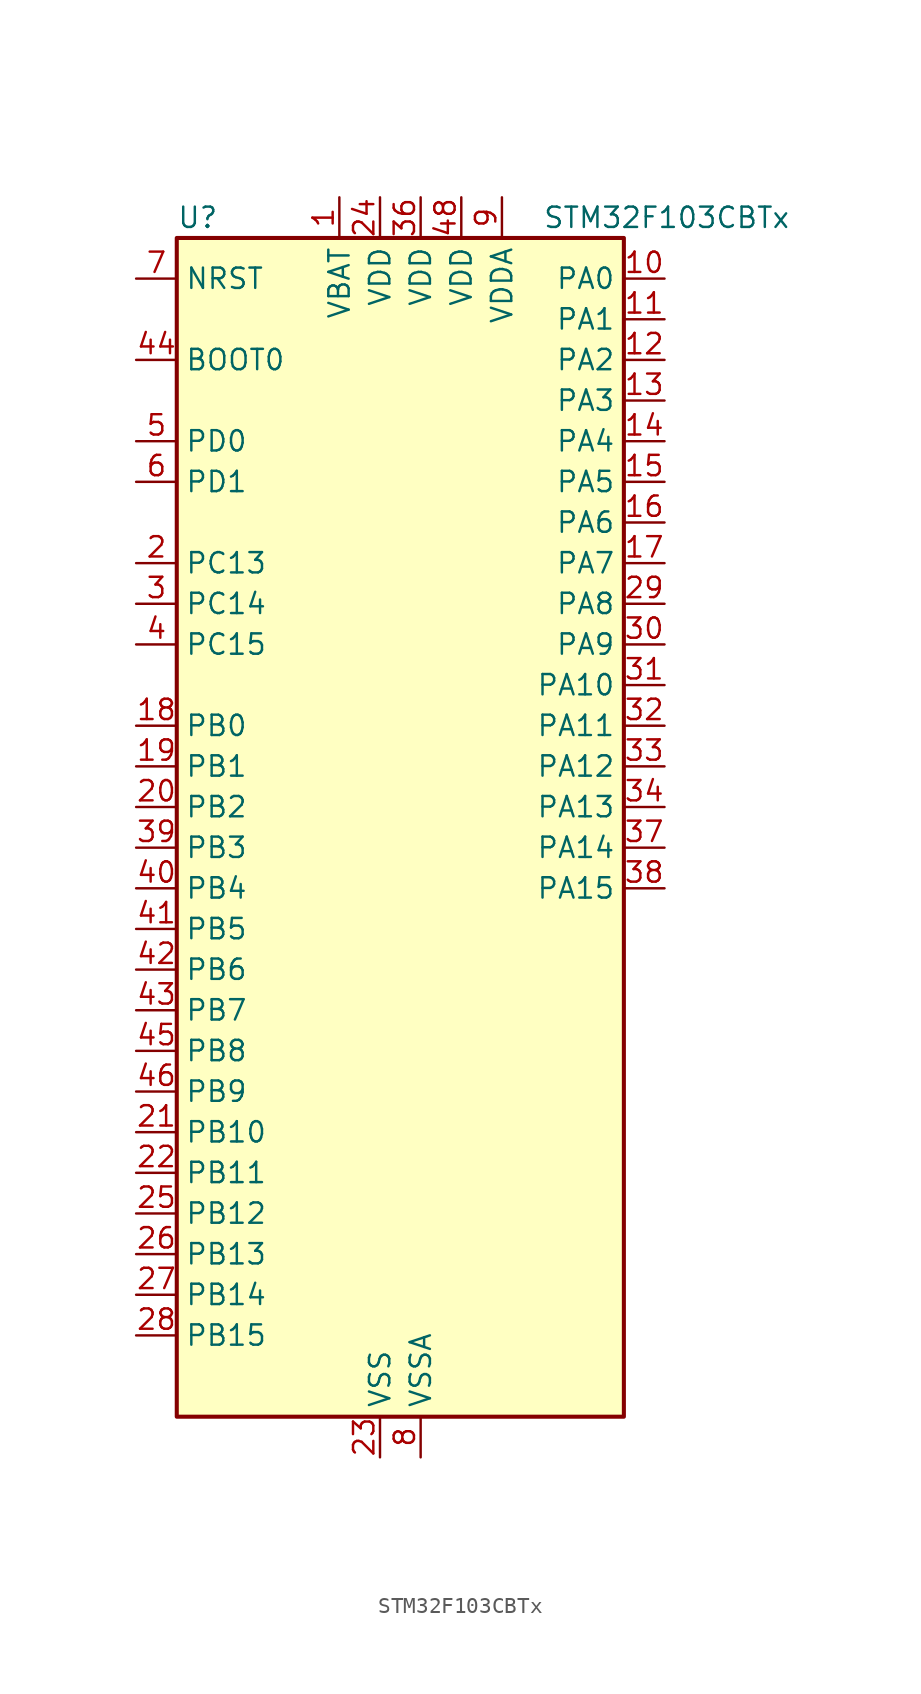
<source format=kicad_sym>
(kicad_symbol_lib
  (version 20220914)
  (generator kicad_symbol_editor)
  (symbol "STM32F103CBTx"
    (property "Reference" "U"
      (at -12.7 39.37 0)
      (effects (font (size 1.27 1.27)) (justify left)))
    (property "Value" "STM32F103CBTx"
      (at 10.16 39.37 0)
      (effects (font (size 1.27 1.27)) (justify left)))
    (property "ki_locked" ""
      (at 0 0 0)
      (effects (font (size 1.27 1.27))))
    (symbol "STM32F103CBTx_0_1"
      (rectangle (start -12.7 -35.56) (end 15.24 38.1) (stroke (width 0.254) (type default)) (fill (type background))))
    (symbol "STM32F103CBTx_1_1"
      (pin power_in line (at -2.54 40.64 270) (length 2.54) (name "VBAT" (effects (font (size 1.27 1.27)))) (number "1" (effects (font (size 1.27 1.27)))))
      (pin bidirectional line (at 17.78 35.56 180) (length 2.54) (name "PA0" (effects (font (size 1.27 1.27)))) (number "10" (effects (font (size 1.27 1.27)))) (alternate "ADC1_IN0" bidirectional line) (alternate "ADC2_IN0" bidirectional line) (alternate "SYS_WKUP" bidirectional line) (alternate "TIM2_CH1" bidirectional line) (alternate "TIM2_ETR" bidirectional line) (alternate "USART2_CTS" bidirectional line))
      (pin bidirectional line (at 17.78 33.02 180) (length 2.54) (name "PA1" (effects (font (size 1.27 1.27)))) (number "11" (effects (font (size 1.27 1.27)))) (alternate "ADC1_IN1" bidirectional line) (alternate "ADC2_IN1" bidirectional line) (alternate "TIM2_CH2" bidirectional line) (alternate "USART2_RTS" bidirectional line))
      (pin bidirectional line (at 17.78 30.48 180) (length 2.54) (name "PA2" (effects (font (size 1.27 1.27)))) (number "12" (effects (font (size 1.27 1.27)))) (alternate "ADC1_IN2" bidirectional line) (alternate "ADC2_IN2" bidirectional line) (alternate "TIM2_CH3" bidirectional line) (alternate "USART2_TX" bidirectional line))
      (pin bidirectional line (at 17.78 27.94 180) (length 2.54) (name "PA3" (effects (font (size 1.27 1.27)))) (number "13" (effects (font (size 1.27 1.27)))) (alternate "ADC1_IN3" bidirectional line) (alternate "ADC2_IN3" bidirectional line) (alternate "TIM2_CH4" bidirectional line) (alternate "USART2_RX" bidirectional line))
      (pin bidirectional line (at 17.78 25.4 180) (length 2.54) (name "PA4" (effects (font (size 1.27 1.27)))) (number "14" (effects (font (size 1.27 1.27)))) (alternate "ADC1_IN4" bidirectional line) (alternate "ADC2_IN4" bidirectional line) (alternate "SPI1_NSS" bidirectional line) (alternate "USART2_CK" bidirectional line))
      (pin bidirectional line (at 17.78 22.86 180) (length 2.54) (name "PA5" (effects (font (size 1.27 1.27)))) (number "15" (effects (font (size 1.27 1.27)))) (alternate "ADC1_IN5" bidirectional line) (alternate "ADC2_IN5" bidirectional line) (alternate "SPI1_SCK" bidirectional line))
      (pin bidirectional line (at 17.78 20.32 180) (length 2.54) (name "PA6" (effects (font (size 1.27 1.27)))) (number "16" (effects (font (size 1.27 1.27)))) (alternate "ADC1_IN6" bidirectional line) (alternate "ADC2_IN6" bidirectional line) (alternate "SPI1_MISO" bidirectional line) (alternate "TIM1_BKIN" bidirectional line) (alternate "TIM3_CH1" bidirectional line))
      (pin bidirectional line (at 17.78 17.78 180) (length 2.54) (name "PA7" (effects (font (size 1.27 1.27)))) (number "17" (effects (font (size 1.27 1.27)))) (alternate "ADC1_IN7" bidirectional line) (alternate "ADC2_IN7" bidirectional line) (alternate "SPI1_MOSI" bidirectional line) (alternate "TIM1_CH1N" bidirectional line) (alternate "TIM3_CH2" bidirectional line))
      (pin bidirectional line (at -15.24 7.62 0) (length 2.54) (name "PB0" (effects (font (size 1.27 1.27)))) (number "18" (effects (font (size 1.27 1.27)))) (alternate "ADC1_IN8" bidirectional line) (alternate "ADC2_IN8" bidirectional line) (alternate "TIM1_CH2N" bidirectional line) (alternate "TIM3_CH3" bidirectional line))
      (pin bidirectional line (at -15.24 5.08 0) (length 2.54) (name "PB1" (effects (font (size 1.27 1.27)))) (number "19" (effects (font (size 1.27 1.27)))) (alternate "ADC1_IN9" bidirectional line) (alternate "ADC2_IN9" bidirectional line) (alternate "TIM1_CH3N" bidirectional line) (alternate "TIM3_CH4" bidirectional line))
      (pin bidirectional line (at -15.24 17.78 0) (length 2.54) (name "PC13" (effects (font (size 1.27 1.27)))) (number "2" (effects (font (size 1.27 1.27)))) (alternate "RTC_OUT" bidirectional line) (alternate "RTC_TAMPER" bidirectional line))
      (pin bidirectional line (at -15.24 2.54 0) (length 2.54) (name "PB2" (effects (font (size 1.27 1.27)))) (number "20" (effects (font (size 1.27 1.27)))))
      (pin bidirectional line (at -15.24 -17.78 0) (length 2.54) (name "PB10" (effects (font (size 1.27 1.27)))) (number "21" (effects (font (size 1.27 1.27)))) (alternate "I2C2_SCL" bidirectional line) (alternate "TIM2_CH3" bidirectional line) (alternate "USART3_TX" bidirectional line))
      (pin bidirectional line (at -15.24 -20.32 0) (length 2.54) (name "PB11" (effects (font (size 1.27 1.27)))) (number "22" (effects (font (size 1.27 1.27)))) (alternate "ADC1_EXTI11" bidirectional line) (alternate "ADC2_EXTI11" bidirectional line) (alternate "I2C2_SDA" bidirectional line) (alternate "TIM2_CH4" bidirectional line) (alternate "USART3_RX" bidirectional line))
      (pin power_in line (at 0 -38.1 90) (length 2.54) (name "VSS" (effects (font (size 1.27 1.27)))) (number "23" (effects (font (size 1.27 1.27)))))
      (pin power_in line (at 0 40.64 270) (length 2.54) (name "VDD" (effects (font (size 1.27 1.27)))) (number "24" (effects (font (size 1.27 1.27)))))
      (pin bidirectional line (at -15.24 -22.86 0) (length 2.54) (name "PB12" (effects (font (size 1.27 1.27)))) (number "25" (effects (font (size 1.27 1.27)))) (alternate "I2C2_SMBA" bidirectional line) (alternate "SPI2_NSS" bidirectional line) (alternate "TIM1_BKIN" bidirectional line) (alternate "USART3_CK" bidirectional line))
      (pin bidirectional line (at -15.24 -25.4 0) (length 2.54) (name "PB13" (effects (font (size 1.27 1.27)))) (number "26" (effects (font (size 1.27 1.27)))) (alternate "SPI2_SCK" bidirectional line) (alternate "TIM1_CH1N" bidirectional line) (alternate "USART3_CTS" bidirectional line))
      (pin bidirectional line (at -15.24 -27.94 0) (length 2.54) (name "PB14" (effects (font (size 1.27 1.27)))) (number "27" (effects (font (size 1.27 1.27)))) (alternate "SPI2_MISO" bidirectional line) (alternate "TIM1_CH2N" bidirectional line) (alternate "USART3_RTS" bidirectional line))
      (pin bidirectional line (at -15.24 -30.48 0) (length 2.54) (name "PB15" (effects (font (size 1.27 1.27)))) (number "28" (effects (font (size 1.27 1.27)))) (alternate "ADC1_EXTI15" bidirectional line) (alternate "ADC2_EXTI15" bidirectional line) (alternate "SPI2_MOSI" bidirectional line) (alternate "TIM1_CH3N" bidirectional line))
      (pin bidirectional line (at 17.78 15.24 180) (length 2.54) (name "PA8" (effects (font (size 1.27 1.27)))) (number "29" (effects (font (size 1.27 1.27)))) (alternate "RCC_MCO" bidirectional line) (alternate "TIM1_CH1" bidirectional line) (alternate "USART1_CK" bidirectional line))
      (pin bidirectional line (at -15.24 15.24 0) (length 2.54) (name "PC14" (effects (font (size 1.27 1.27)))) (number "3" (effects (font (size 1.27 1.27)))) (alternate "RCC_OSC32_IN" bidirectional line))
      (pin bidirectional line (at 17.78 12.7 180) (length 2.54) (name "PA9" (effects (font (size 1.27 1.27)))) (number "30" (effects (font (size 1.27 1.27)))) (alternate "TIM1_CH2" bidirectional line) (alternate "USART1_TX" bidirectional line))
      (pin bidirectional line (at 17.78 10.16 180) (length 2.54) (name "PA10" (effects (font (size 1.27 1.27)))) (number "31" (effects (font (size 1.27 1.27)))) (alternate "TIM1_CH3" bidirectional line) (alternate "USART1_RX" bidirectional line))
      (pin bidirectional line (at 17.78 7.62 180) (length 2.54) (name "PA11" (effects (font (size 1.27 1.27)))) (number "32" (effects (font (size 1.27 1.27)))) (alternate "ADC1_EXTI11" bidirectional line) (alternate "ADC2_EXTI11" bidirectional line) (alternate "CAN_RX" bidirectional line) (alternate "TIM1_CH4" bidirectional line) (alternate "USART1_CTS" bidirectional line) (alternate "USB_DM" bidirectional line))
      (pin bidirectional line (at 17.78 5.08 180) (length 2.54) (name "PA12" (effects (font (size 1.27 1.27)))) (number "33" (effects (font (size 1.27 1.27)))) (alternate "CAN_TX" bidirectional line) (alternate "TIM1_ETR" bidirectional line) (alternate "USART1_RTS" bidirectional line) (alternate "USB_DP" bidirectional line))
      (pin bidirectional line (at 17.78 2.54 180) (length 2.54) (name "PA13" (effects (font (size 1.27 1.27)))) (number "34" (effects (font (size 1.27 1.27)))) (alternate "SYS_JTMS-SWDIO" bidirectional line))
      (pin passive line (at 0 -38.1 90) (length 2.54) hide (name "VSS" (effects (font (size 1.27 1.27)))) (number "35" (effects (font (size 1.27 1.27)))))
      (pin power_in line (at 2.54 40.64 270) (length 2.54) (name "VDD" (effects (font (size 1.27 1.27)))) (number "36" (effects (font (size 1.27 1.27)))))
      (pin bidirectional line (at 17.78 0 180) (length 2.54) (name "PA14" (effects (font (size 1.27 1.27)))) (number "37" (effects (font (size 1.27 1.27)))) (alternate "SYS_JTCK-SWCLK" bidirectional line))
      (pin bidirectional line (at 17.78 -2.54 180) (length 2.54) (name "PA15" (effects (font (size 1.27 1.27)))) (number "38" (effects (font (size 1.27 1.27)))) (alternate "ADC1_EXTI15" bidirectional line) (alternate "ADC2_EXTI15" bidirectional line) (alternate "SPI1_NSS" bidirectional line) (alternate "SYS_JTDI" bidirectional line) (alternate "TIM2_CH1" bidirectional line) (alternate "TIM2_ETR" bidirectional line))
      (pin bidirectional line (at -15.24 0 0) (length 2.54) (name "PB3" (effects (font (size 1.27 1.27)))) (number "39" (effects (font (size 1.27 1.27)))) (alternate "SPI1_SCK" bidirectional line) (alternate "SYS_JTDO-TRACESWO" bidirectional line) (alternate "TIM2_CH2" bidirectional line))
      (pin bidirectional line (at -15.24 12.7 0) (length 2.54) (name "PC15" (effects (font (size 1.27 1.27)))) (number "4" (effects (font (size 1.27 1.27)))) (alternate "ADC1_EXTI15" bidirectional line) (alternate "ADC2_EXTI15" bidirectional line) (alternate "RCC_OSC32_OUT" bidirectional line))
      (pin bidirectional line (at -15.24 -2.54 0) (length 2.54) (name "PB4" (effects (font (size 1.27 1.27)))) (number "40" (effects (font (size 1.27 1.27)))) (alternate "SPI1_MISO" bidirectional line) (alternate "SYS_NJTRST" bidirectional line) (alternate "TIM3_CH1" bidirectional line))
      (pin bidirectional line (at -15.24 -5.08 0) (length 2.54) (name "PB5" (effects (font (size 1.27 1.27)))) (number "41" (effects (font (size 1.27 1.27)))) (alternate "I2C1_SMBA" bidirectional line) (alternate "SPI1_MOSI" bidirectional line) (alternate "TIM3_CH2" bidirectional line))
      (pin bidirectional line (at -15.24 -7.62 0) (length 2.54) (name "PB6" (effects (font (size 1.27 1.27)))) (number "42" (effects (font (size 1.27 1.27)))) (alternate "I2C1_SCL" bidirectional line) (alternate "TIM4_CH1" bidirectional line) (alternate "USART1_TX" bidirectional line))
      (pin bidirectional line (at -15.24 -10.16 0) (length 2.54) (name "PB7" (effects (font (size 1.27 1.27)))) (number "43" (effects (font (size 1.27 1.27)))) (alternate "I2C1_SDA" bidirectional line) (alternate "TIM4_CH2" bidirectional line) (alternate "USART1_RX" bidirectional line))
      (pin input line (at -15.24 30.48 0) (length 2.54) (name "BOOT0" (effects (font (size 1.27 1.27)))) (number "44" (effects (font (size 1.27 1.27)))))
      (pin bidirectional line (at -15.24 -12.7 0) (length 2.54) (name "PB8" (effects (font (size 1.27 1.27)))) (number "45" (effects (font (size 1.27 1.27)))) (alternate "CAN_RX" bidirectional line) (alternate "I2C1_SCL" bidirectional line) (alternate "TIM4_CH3" bidirectional line))
      (pin bidirectional line (at -15.24 -15.24 0) (length 2.54) (name "PB9" (effects (font (size 1.27 1.27)))) (number "46" (effects (font (size 1.27 1.27)))) (alternate "CAN_TX" bidirectional line) (alternate "I2C1_SDA" bidirectional line) (alternate "TIM4_CH4" bidirectional line))
      (pin passive line (at 0 -38.1 90) (length 2.54) hide (name "VSS" (effects (font (size 1.27 1.27)))) (number "47" (effects (font (size 1.27 1.27)))))
      (pin power_in line (at 5.08 40.64 270) (length 2.54) (name "VDD" (effects (font (size 1.27 1.27)))) (number "48" (effects (font (size 1.27 1.27)))))
      (pin bidirectional line (at -15.24 25.4 0) (length 2.54) (name "PD0" (effects (font (size 1.27 1.27)))) (number "5" (effects (font (size 1.27 1.27)))) (alternate "RCC_OSC_IN" bidirectional line))
      (pin bidirectional line (at -15.24 22.86 0) (length 2.54) (name "PD1" (effects (font (size 1.27 1.27)))) (number "6" (effects (font (size 1.27 1.27)))) (alternate "RCC_OSC_OUT" bidirectional line))
      (pin input line (at -15.24 35.56 0) (length 2.54) (name "NRST" (effects (font (size 1.27 1.27)))) (number "7" (effects (font (size 1.27 1.27)))))
      (pin power_in line (at 2.54 -38.1 90) (length 2.54) (name "VSSA" (effects (font (size 1.27 1.27)))) (number "8" (effects (font (size 1.27 1.27)))))
      (pin power_in line (at 7.62 40.64 270) (length 2.54) (name "VDDA" (effects (font (size 1.27 1.27)))) (number "9" (effects (font (size 1.27 1.27))))))))
</source>
